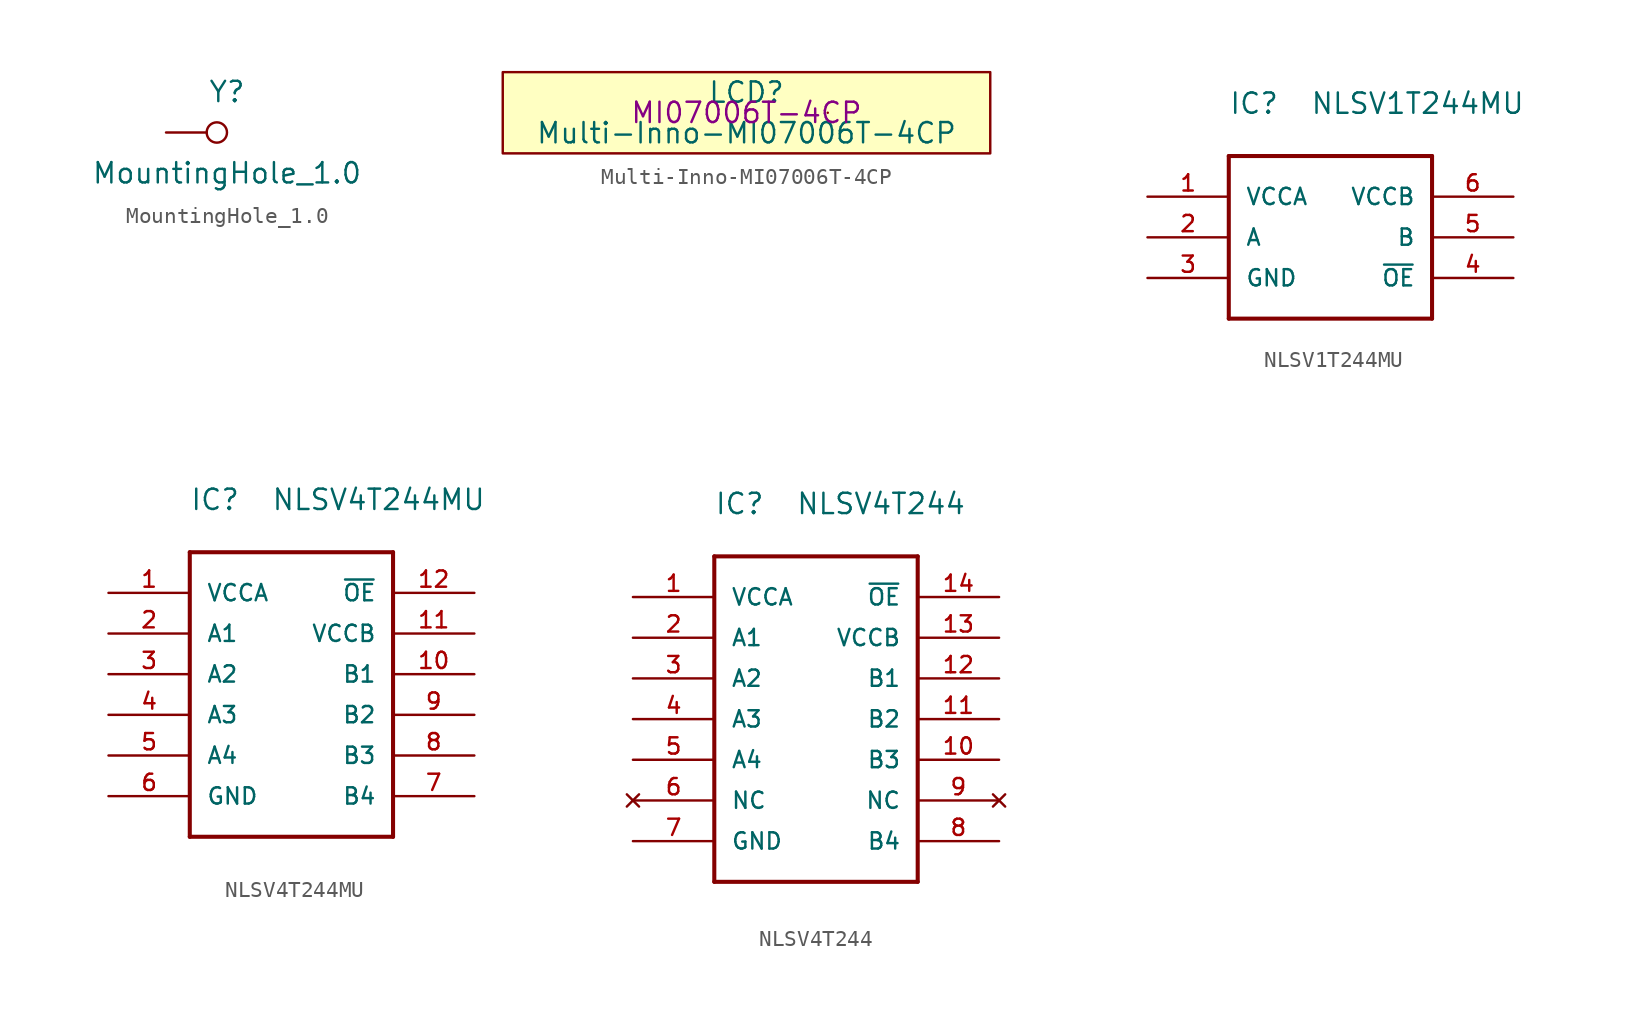
<source format=kicad_sym>
(kicad_symbol_lib
  (version 20220914)
  (generator kicad_symbol_editor)
  (symbol "MountingHole_1.0"
    (pin_numbers hide)
    (pin_names
      (offset 1.016) hide)
    (property "Reference" "Y"
      (at 3.81 2.54 0)
      (effects (font (size 1.27 1.27))))
    (property "Value" "MountingHole_1.0"
      (at 3.81 -2.54 0)
      (effects (font (size 1.27 1.27))))
    (symbol "MountingHole_1.0_0_1"
      (circle (center 3.175 0) (radius 0.635) (stroke (width 0) (type solid)) (fill (type none))))
    (symbol "MountingHole_1.0_1_1"
      (pin passive line (at 0 0 0) (length 2.54) (name "~" (effects (font (size 1.27 1.27)))) (number "1" (effects (font (size 1.27 1.27)))))))
  (symbol "Multi-Inno-MI07006T-4CP"
    (pin_names
      (offset 1.016))
    (property "Reference" "LCD"
      (at 0 1.27 0)
      (effects (font (size 1.27 1.27))))
    (property "Value" "Multi-Inno-MI07006T-4CP"
      (at 0 -1.27 0)
      (effects (font (size 1.27 1.27))))
    (property "Mfr. Part Number" "MI07006T-4CP"
      (at 0 0 0)
      (effects (font (size 1.27 1.27))))
    (symbol "Multi-Inno-MI07006T-4CP_0_1"
      (rectangle (start -15.24 2.54) (end 15.24 -2.54) (stroke (width 0) (type solid)) (fill (type background)))
      (rectangle (start 5.08 0) (end 5.08 0) (stroke (width 0) (type solid)) (fill (type none)))))
  (symbol "NLSV1T244MU"
    (pin_names
      (offset 1.016))
    (property "Reference" "IC"
      (at 0 2.54 0)
      (effects (font (size 1.27 1.27)) (justify left bottom)))
    (property "Value" "NLSV1T244MU"
      (at 5.08 2.54 0)
      (effects (font (size 1.27 1.27)) (justify left bottom)))
    (symbol "NLSV1T244MU_1_0"
      (polyline (pts (xy 0 -10.16) (xy 0 0)) (stroke (width 0.254) (type solid)) (fill (type none)))
      (polyline (pts (xy 0 0) (xy 12.7 0)) (stroke (width 0.254) (type solid)) (fill (type none)))
      (polyline (pts (xy 12.7 -10.16) (xy 0 -10.16)) (stroke (width 0.254) (type solid)) (fill (type none)))
      (polyline (pts (xy 12.7 0) (xy 12.7 -10.16)) (stroke (width 0.254) (type solid)) (fill (type none))))
    (symbol "NLSV1T244MU_1_1"
      (pin power_in line (at -5.08 -2.54 0) (length 5.08) (name "VCCA" (effects (font (size 1.016 1.016)))) (number "1" (effects (font (size 1.016 1.016)))))
      (pin input line (at -5.08 -5.08 0) (length 5.08) (name "A" (effects (font (size 1.016 1.016)))) (number "2" (effects (font (size 1.016 1.016)))))
      (pin power_in line (at -5.08 -7.62 0) (length 5.08) (name "GND" (effects (font (size 1.016 1.016)))) (number "3" (effects (font (size 1.016 1.016)))))
      (pin input line (at 17.78 -7.62 180) (length 5.08) (name "~{OE}" (effects (font (size 1.016 1.016)))) (number "4" (effects (font (size 1.016 1.016)))))
      (pin output line (at 17.78 -5.08 180) (length 5.08) (name "B" (effects (font (size 1.016 1.016)))) (number "5" (effects (font (size 1.016 1.016)))))
      (pin power_in line (at 17.78 -2.54 180) (length 5.08) (name "VCCB" (effects (font (size 1.016 1.016)))) (number "6" (effects (font (size 1.016 1.016)))))))
  (symbol "NLSV4T244MU"
    (pin_names
      (offset 1.016))
    (property "Reference" "IC"
      (at 0 2.54 0)
      (effects (font (size 1.27 1.27)) (justify left bottom)))
    (property "Value" "NLSV4T244MU"
      (at 5.08 2.54 0)
      (effects (font (size 1.27 1.27)) (justify left bottom)))
    (symbol "NLSV4T244MU_1_0"
      (polyline (pts (xy 0 -17.78) (xy 0 0)) (stroke (width 0.254) (type solid)) (fill (type none)))
      (polyline (pts (xy 0 0) (xy 12.7 0)) (stroke (width 0.254) (type solid)) (fill (type none)))
      (polyline (pts (xy 12.7 -17.78) (xy 0 -17.78)) (stroke (width 0.254) (type solid)) (fill (type none)))
      (polyline (pts (xy 12.7 0) (xy 12.7 -17.78)) (stroke (width 0.254) (type solid)) (fill (type none))))
    (symbol "NLSV4T244MU_1_1"
      (pin power_in line (at -5.08 -2.54 0) (length 5.08) (name "VCCA" (effects (font (size 1.016 1.016)))) (number "1" (effects (font (size 1.016 1.016)))))
      (pin output line (at 17.78 -7.62 180) (length 5.08) (name "B1" (effects (font (size 1.016 1.016)))) (number "10" (effects (font (size 1.016 1.016)))))
      (pin power_in line (at 17.78 -5.08 180) (length 5.08) (name "VCCB" (effects (font (size 1.016 1.016)))) (number "11" (effects (font (size 1.016 1.016)))))
      (pin input line (at 17.78 -2.54 180) (length 5.08) (name "~{OE}" (effects (font (size 1.016 1.016)))) (number "12" (effects (font (size 1.016 1.016)))))
      (pin input line (at -5.08 -5.08 0) (length 5.08) (name "A1" (effects (font (size 1.016 1.016)))) (number "2" (effects (font (size 1.016 1.016)))))
      (pin input line (at -5.08 -7.62 0) (length 5.08) (name "A2" (effects (font (size 1.016 1.016)))) (number "3" (effects (font (size 1.016 1.016)))))
      (pin input line (at -5.08 -10.16 0) (length 5.08) (name "A3" (effects (font (size 1.016 1.016)))) (number "4" (effects (font (size 1.016 1.016)))))
      (pin input line (at -5.08 -12.7 0) (length 5.08) (name "A4" (effects (font (size 1.016 1.016)))) (number "5" (effects (font (size 1.016 1.016)))))
      (pin power_in line (at -5.08 -15.24 0) (length 5.08) (name "GND" (effects (font (size 1.016 1.016)))) (number "6" (effects (font (size 1.016 1.016)))))
      (pin output line (at 17.78 -15.24 180) (length 5.08) (name "B4" (effects (font (size 1.016 1.016)))) (number "7" (effects (font (size 1.016 1.016)))))
      (pin output line (at 17.78 -12.7 180) (length 5.08) (name "B3" (effects (font (size 1.016 1.016)))) (number "8" (effects (font (size 1.016 1.016)))))
      (pin output line (at 17.78 -10.16 180) (length 5.08) (name "B2" (effects (font (size 1.016 1.016)))) (number "9" (effects (font (size 1.016 1.016)))))))
  (symbol "NLSV4T244"
    (pin_names
      (offset 1.016))
    (property "Reference" "IC"
      (at 0 2.54 0)
      (effects (font (size 1.27 1.27)) (justify left bottom)))
    (property "Value" "NLSV4T244"
      (at 5.08 2.54 0)
      (effects (font (size 1.27 1.27)) (justify left bottom)))
    (symbol "NLSV4T244_1_0"
      (polyline (pts (xy 0 -20.32) (xy 0 0)) (stroke (width 0.254) (type solid)) (fill (type none)))
      (polyline (pts (xy 0 0) (xy 12.7 0)) (stroke (width 0.254) (type solid)) (fill (type none)))
      (polyline (pts (xy 12.7 -20.32) (xy 0 -20.32)) (stroke (width 0.254) (type solid)) (fill (type none)))
      (polyline (pts (xy 12.7 0) (xy 12.7 -20.32)) (stroke (width 0.254) (type solid)) (fill (type none))))
    (symbol "NLSV4T244_1_1"
      (pin power_in line (at -5.08 -2.54 0) (length 5.08) (name "VCCA" (effects (font (size 1.016 1.016)))) (number "1" (effects (font (size 1.016 1.016)))))
      (pin output line (at 17.78 -12.7 180) (length 5.08) (name "B3" (effects (font (size 1.016 1.016)))) (number "10" (effects (font (size 1.016 1.016)))))
      (pin output line (at 17.78 -10.16 180) (length 5.08) (name "B2" (effects (font (size 1.016 1.016)))) (number "11" (effects (font (size 1.016 1.016)))))
      (pin output line (at 17.78 -7.62 180) (length 5.08) (name "B1" (effects (font (size 1.016 1.016)))) (number "12" (effects (font (size 1.016 1.016)))))
      (pin power_in line (at 17.78 -5.08 180) (length 5.08) (name "VCCB" (effects (font (size 1.016 1.016)))) (number "13" (effects (font (size 1.016 1.016)))))
      (pin input line (at 17.78 -2.54 180) (length 5.08) (name "~{OE}" (effects (font (size 1.016 1.016)))) (number "14" (effects (font (size 1.016 1.016)))))
      (pin input line (at -5.08 -5.08 0) (length 5.08) (name "A1" (effects (font (size 1.016 1.016)))) (number "2" (effects (font (size 1.016 1.016)))))
      (pin input line (at -5.08 -7.62 0) (length 5.08) (name "A2" (effects (font (size 1.016 1.016)))) (number "3" (effects (font (size 1.016 1.016)))))
      (pin input line (at -5.08 -10.16 0) (length 5.08) (name "A3" (effects (font (size 1.016 1.016)))) (number "4" (effects (font (size 1.016 1.016)))))
      (pin input line (at -5.08 -12.7 0) (length 5.08) (name "A4" (effects (font (size 1.016 1.016)))) (number "5" (effects (font (size 1.016 1.016)))))
      (pin no_connect line (at -5.08 -15.24 0) (length 5.08) (name "NC" (effects (font (size 1.016 1.016)))) (number "6" (effects (font (size 1.016 1.016)))))
      (pin power_in line (at -5.08 -17.78 0) (length 5.08) (name "GND" (effects (font (size 1.016 1.016)))) (number "7" (effects (font (size 1.016 1.016)))))
      (pin output line (at 17.78 -17.78 180) (length 5.08) (name "B4" (effects (font (size 1.016 1.016)))) (number "8" (effects (font (size 1.016 1.016)))))
      (pin no_connect line (at 17.78 -15.24 180) (length 5.08) (name "NC" (effects (font (size 1.016 1.016)))) (number "9" (effects (font (size 1.016 1.016))))))))
</source>
